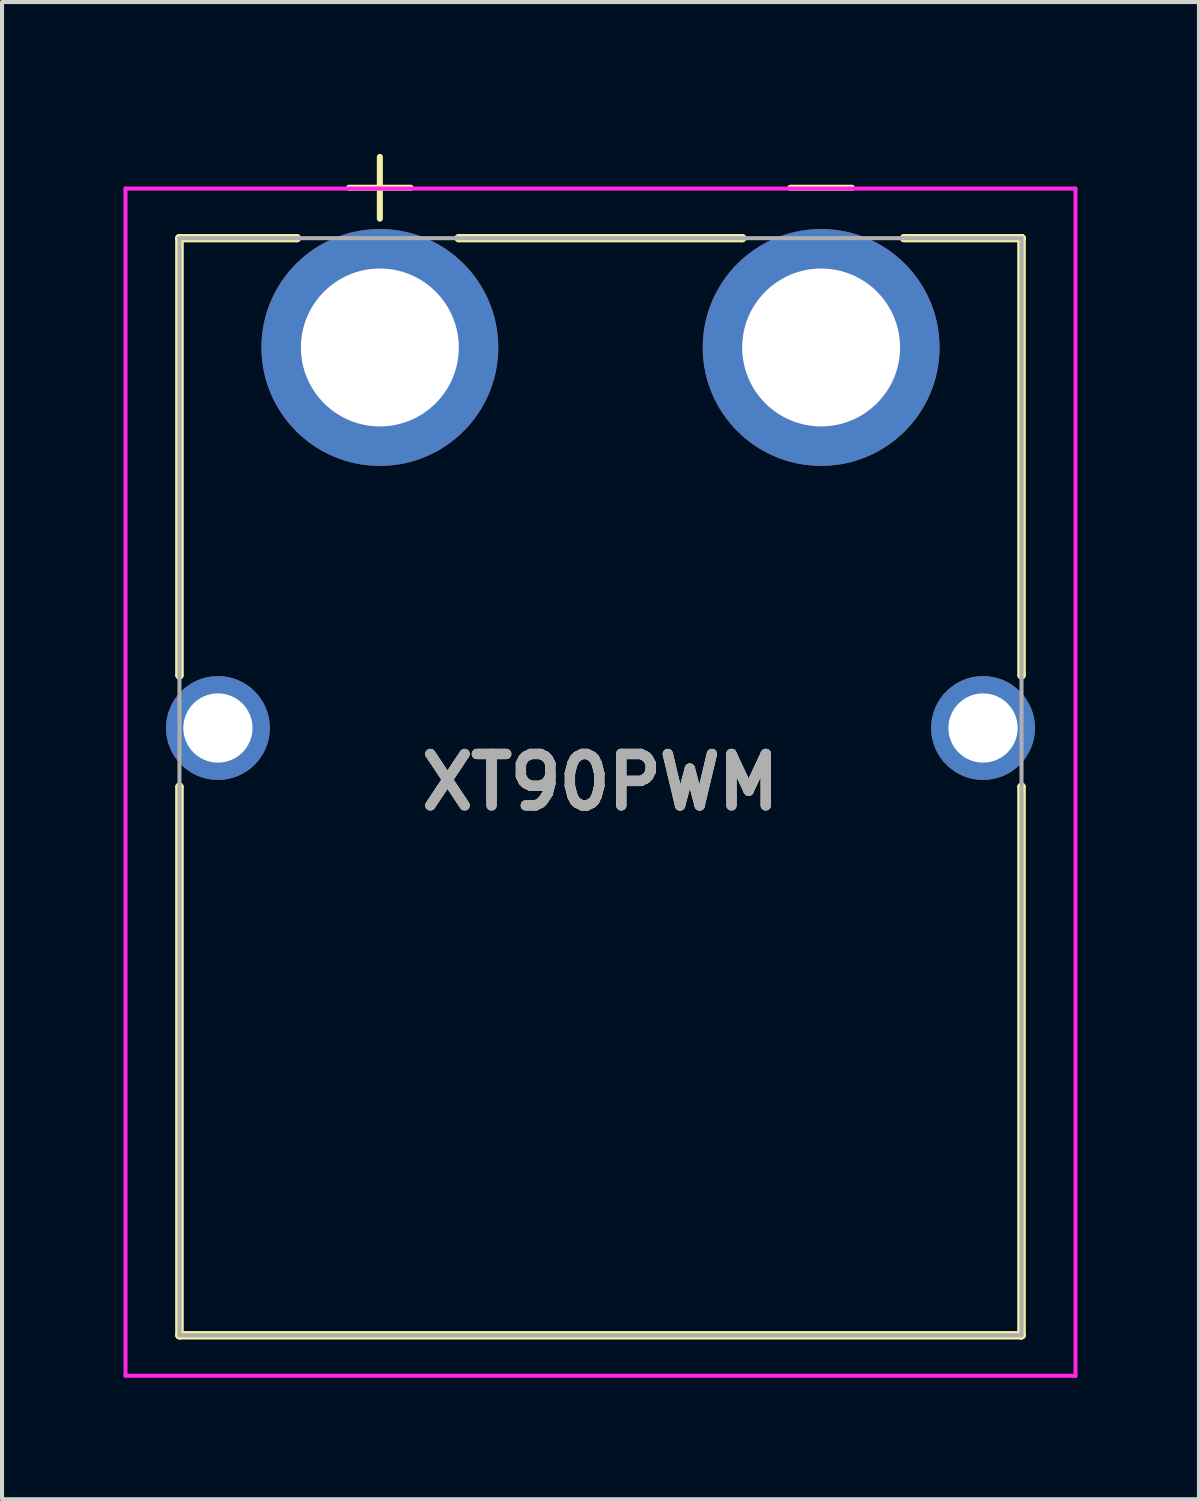
<source format=kicad_pcb>
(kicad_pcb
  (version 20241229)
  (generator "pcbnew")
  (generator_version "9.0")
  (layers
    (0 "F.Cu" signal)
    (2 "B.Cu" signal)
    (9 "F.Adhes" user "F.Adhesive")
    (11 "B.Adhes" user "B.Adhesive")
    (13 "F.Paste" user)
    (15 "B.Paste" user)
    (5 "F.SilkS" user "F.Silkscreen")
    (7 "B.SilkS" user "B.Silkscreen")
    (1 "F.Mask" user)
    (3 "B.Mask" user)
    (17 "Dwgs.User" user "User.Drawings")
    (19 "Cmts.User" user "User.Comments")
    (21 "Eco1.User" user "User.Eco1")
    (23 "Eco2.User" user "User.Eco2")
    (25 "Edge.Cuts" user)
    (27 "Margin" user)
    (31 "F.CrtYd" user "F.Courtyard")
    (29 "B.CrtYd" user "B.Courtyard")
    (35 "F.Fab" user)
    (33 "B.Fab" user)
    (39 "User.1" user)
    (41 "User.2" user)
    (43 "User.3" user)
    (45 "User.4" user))
  (footprint "XT90PWM"
    (layer "F.Cu")
    (at 6.333 5.533)
    (property "Reference" "XT90PWM" (at 5.45 10.737 0) (layer "F.SilkS") (effects (font (size 1.27 1.27) (thickness 0.254))))
    (attr through_hole)
    (fp_line (start -4.95 -2.7) (end -4.95 -2.7) (stroke (width 0.2) (type solid)) (layer "F.SilkS"))
    (fp_line (start -4.95 -2.7) (end -4.95 -2.7) (stroke (width 0.2) (type solid)) (layer "F.SilkS"))
    (fp_line (start -4.95 -2.7) (end -4.95 8.1) (stroke (width 0.2) (type solid)) (layer "F.SilkS"))
    (fp_line (start -4.95 -2.7) (end -2.05 -2.7) (stroke (width 0.2) (type solid)) (layer "F.SilkS"))
    (fp_line (start -4.95 8.1) (end -4.95 -2.7) (stroke (width 0.2) (type solid)) (layer "F.SilkS"))
    (fp_line (start -4.95 8.1) (end -4.95 8.1) (stroke (width 0.2) (type solid)) (layer "F.SilkS"))
    (fp_line (start -4.95 10.85) (end -4.95 10.85) (stroke (width 0.2) (type solid)) (layer "F.SilkS"))
    (fp_line (start -4.95 10.85) (end -4.95 24.4) (stroke (width 0.2) (type solid)) (layer "F.SilkS"))
    (fp_line (start -4.95 24.4) (end -4.95 10.85) (stroke (width 0.2) (type solid)) (layer "F.SilkS"))
    (fp_line (start -4.95 24.4) (end -4.95 24.4) (stroke (width 0.2) (type solid)) (layer "F.SilkS"))
    (fp_line (start -4.95 24.4) (end -4.95 24.4) (stroke (width 0.2) (type solid)) (layer "F.SilkS"))
    (fp_line (start -4.95 24.4) (end 15.85 24.4) (stroke (width 0.2) (type solid)) (layer "F.SilkS"))
    (fp_line (start -2.05 -2.7) (end -4.95 -2.7) (stroke (width 0.2) (type solid)) (layer "F.SilkS"))
    (fp_line (start -2.05 -2.7) (end -2.05 -2.7) (stroke (width 0.2) (type solid)) (layer "F.SilkS"))
    (fp_line (start 1.95 -2.7) (end 1.95 -2.7) (stroke (width 0.2) (type solid)) (layer "F.SilkS"))
    (fp_line (start 1.95 -2.7) (end 8.95 -2.7) (stroke (width 0.2) (type solid)) (layer "F.SilkS"))
    (fp_line (start 8.95 -2.7) (end 1.95 -2.7) (stroke (width 0.2) (type solid)) (layer "F.SilkS"))
    (fp_line (start 8.95 -2.7) (end 8.95 -2.7) (stroke (width 0.2) (type solid)) (layer "F.SilkS"))
    (fp_line (start 12.95 -2.7) (end 12.95 -2.7) (stroke (width 0.2) (type solid)) (layer "F.SilkS"))
    (fp_line (start 12.95 -2.7) (end 15.85 -2.7) (stroke (width 0.2) (type solid)) (layer "F.SilkS"))
    (fp_line (start 15.85 -2.7) (end 12.95 -2.7) (stroke (width 0.2) (type solid)) (layer "F.SilkS"))
    (fp_line (start 15.85 -2.7) (end 15.85 -2.7) (stroke (width 0.2) (type solid)) (layer "F.SilkS"))
    (fp_line (start 15.85 -2.7) (end 15.85 -2.7) (stroke (width 0.2) (type solid)) (layer "F.SilkS"))
    (fp_line (start 15.85 -2.7) (end 15.85 8.1) (stroke (width 0.2) (type solid)) (layer "F.SilkS"))
    (fp_line (start 15.85 8.1) (end 15.85 -2.7) (stroke (width 0.2) (type solid)) (layer "F.SilkS"))
    (fp_line (start 15.85 8.1) (end 15.85 8.1) (stroke (width 0.2) (type solid)) (layer "F.SilkS"))
    (fp_line (start 15.85 10.85) (end 15.85 10.85) (stroke (width 0.2) (type solid)) (layer "F.SilkS"))
    (fp_line (start 15.85 10.85) (end 15.85 24.4) (stroke (width 0.2) (type solid)) (layer "F.SilkS"))
    (fp_line (start 15.85 24.4) (end -4.95 24.4) (stroke (width 0.2) (type solid)) (layer "F.SilkS"))
    (fp_line (start 15.85 24.4) (end 15.85 10.85) (stroke (width 0.2) (type solid)) (layer "F.SilkS"))
    (fp_line (start 15.85 24.4) (end 15.85 24.4) (stroke (width 0.2) (type solid)) (layer "F.SilkS"))
    (fp_line (start 15.85 24.4) (end 15.85 24.4) (stroke (width 0.2) (type solid)) (layer "F.SilkS"))
    (fp_line (start -6.283 -3.925) (end 17.183 -3.925) (stroke (width 0.1) (type solid)) (layer "F.CrtYd"))
    (fp_line (start -6.283 25.4) (end -6.283 -3.925) (stroke (width 0.1) (type solid)) (layer "F.CrtYd"))
    (fp_line (start 17.183 -3.925) (end 17.183 25.4) (stroke (width 0.1) (type solid)) (layer "F.CrtYd"))
    (fp_line (start 17.183 25.4) (end -6.283 25.4) (stroke (width 0.1) (type solid)) (layer "F.CrtYd"))
    (fp_line (start -4.95 -2.7) (end -4.95 24.4) (stroke (width 0.1) (type solid)) (layer "F.Fab"))
    (fp_line (start -4.95 24.4) (end 15.85 24.4) (stroke (width 0.1) (type solid)) (layer "F.Fab"))
    (fp_line (start 15.85 -2.7) (end -4.95 -2.7) (stroke (width 0.1) (type solid)) (layer "F.Fab"))
    (fp_line (start 15.85 24.4) (end 15.85 -2.7) (stroke (width 0.1) (type solid)) (layer "F.Fab"))
    (fp_text user "-" (at 10.9 -4.1 0) (unlocked yes) (layer "F.SilkS") (effects (font (size 2 2) (thickness 0.15))))
    (fp_text user "+" (at 0 -4.1 0) (unlocked yes) (layer "F.SilkS") (effects (font (size 2 2) (thickness 0.15))))
    (fp_text user "${REFERENCE}" (at 5.45 10.737 0) (layer "F.Fab") (effects (font (size 1.27 1.27) (thickness 0.254))))
    (pad "1" thru_hole circle (at 10.9 0) (size 5.85 5.85) (drill 3.9) (layers "*.Cu" "*.Mask"))
    (pad "2" thru_hole circle (at 0 0) (size 5.85 5.85) (drill 3.9) (layers "*.Cu" "*.Mask"))
    (pad "MH1" thru_hole circle (at -4 9.4) (size 2.565 2.565) (drill 1.71) (layers "*.Cu" "*.Mask"))
    (pad "MH2" thru_hole circle (at 14.9 9.4) (size 2.565 2.565) (drill 1.71) (layers "*.Cu" "*.Mask")))
  (gr_rect
    (start -3 -3)
    (end 26.566 33.983)
    (stroke (width 0.1) (type default))
    (fill no)
    (layer "Edge.Cuts")))
</source>
